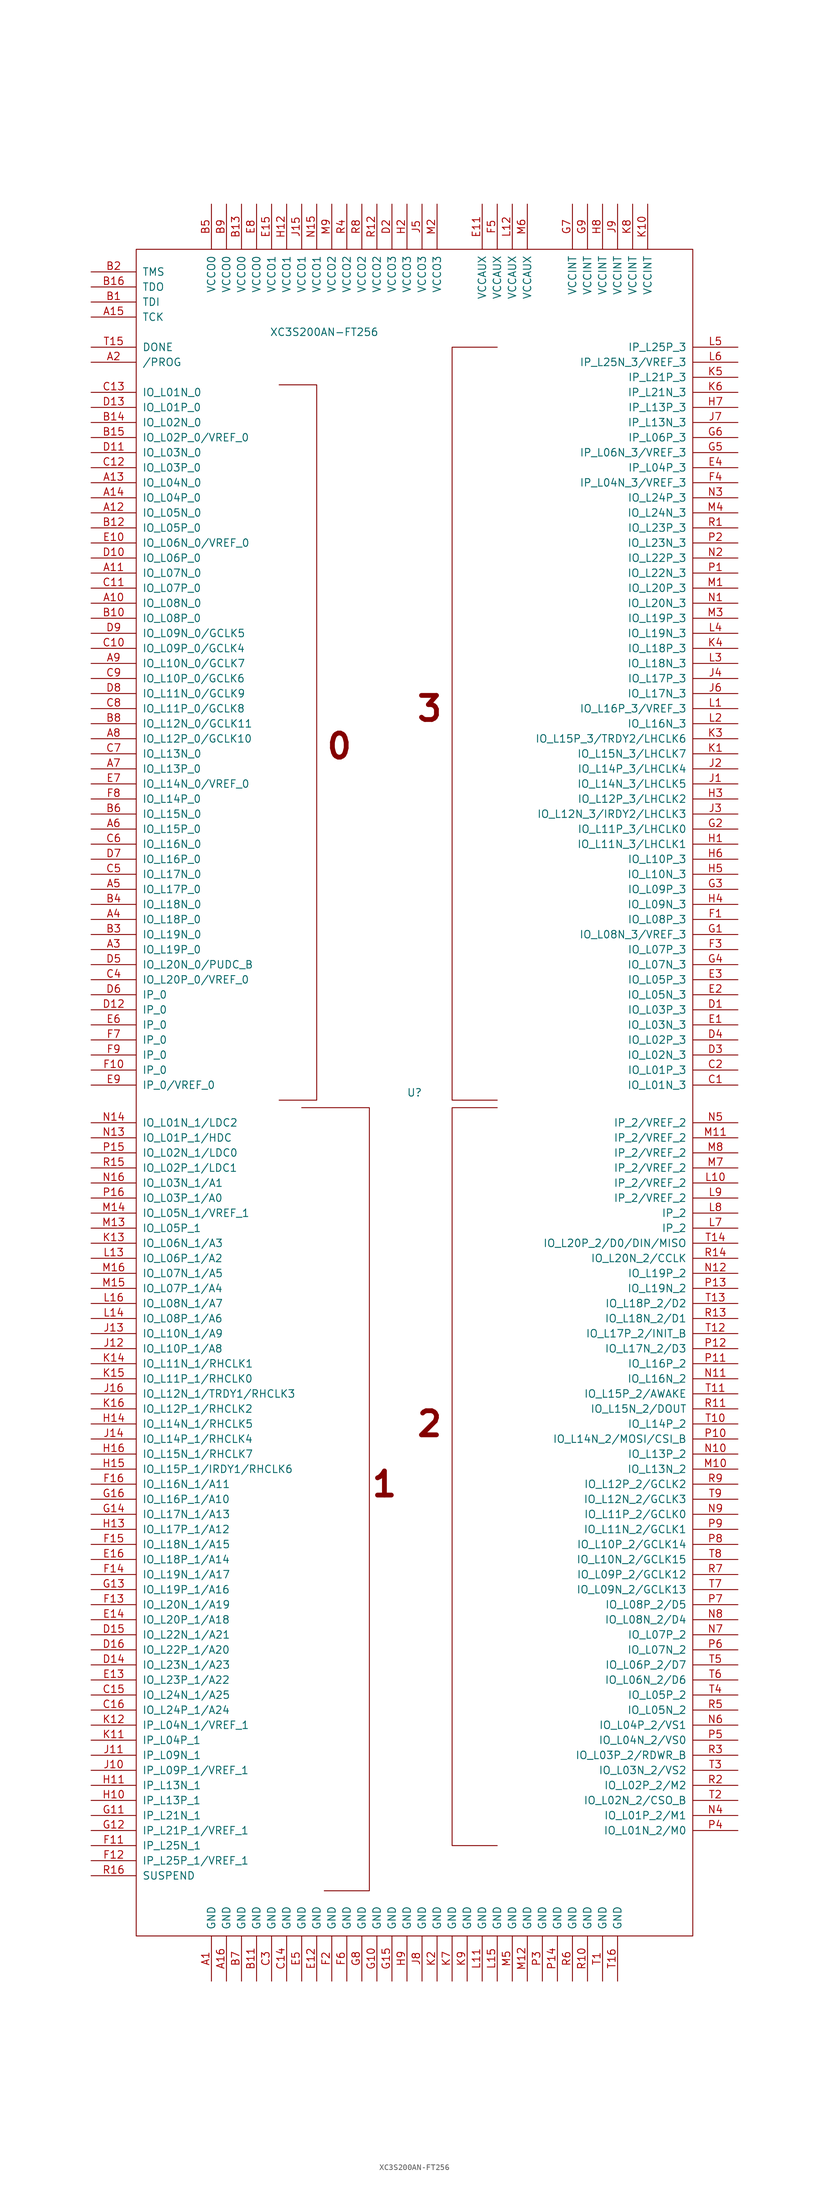
<source format=kicad_sym>
(kicad_symbol_lib
  (version 20201005)
  (generator kicad_symbol_editor)
  (symbol "XC3S200AN-FT256"
    (pin_names
      (offset 1.016))
    (property "Reference" "U"
      (at 0 0 0)
      (effects (font (size 1.27 1.27))))
    (property "Value" "XC3S200AN-FT256"
      (at -15.24 128.27 0)
      (effects (font (size 1.27 1.27))))
    (symbol "XC3S200AN-FT256_0_0"
      (text "0" (at -12.7 58.42 0) (effects (font (size 4.064 4.064) bold)))
      (text "1" (at -5.08 -66.04 0) (effects (font (size 4.064 4.064) bold)))
      (text "2" (at 2.54 -55.88 0) (effects (font (size 4.064 4.064) bold)))
      (text "3" (at 2.54 64.77 0) (effects (font (size 4.064 4.064) bold))))
    (symbol "XC3S200AN-FT256_0_1"
      (rectangle (start -46.99 142.24) (end 46.99 -142.24) (stroke (width 0)) (fill (type none)))
      (polyline (pts (xy -22.86 119.38) (xy -16.51 119.38) (xy -16.51 -1.27) (xy -22.86 -1.27) (xy -22.86 -1.27)) (stroke (width 0)) (fill (type none)))
      (polyline (pts (xy -19.05 -2.54) (xy -7.62 -2.54) (xy -7.62 -134.62) (xy -15.24 -134.62) (xy -15.24 -134.62)) (stroke (width 0)) (fill (type none)))
      (polyline (pts (xy 13.97 -2.54) (xy 6.35 -2.54) (xy 6.35 -127) (xy 13.97 -127) (xy 13.97 -127)) (stroke (width 0)) (fill (type none)))
      (polyline (pts (xy 13.97 125.73) (xy 6.35 125.73) (xy 6.35 -1.27) (xy 13.97 -1.27) (xy 13.97 -1.27)) (stroke (width 0)) (fill (type none))))
    (symbol "XC3S200AN-FT256_1_1"
      (pin power_in line (at -34.29 -149.86 90) (length 7.62) (name "GND" (effects (font (size 1.27 1.27)))) (number "A1" (effects (font (size 1.27 1.27)))))
      (pin bidirectional line (at -54.61 82.55 0) (length 7.62) (name "IO_L08N_0" (effects (font (size 1.27 1.27)))) (number "A10" (effects (font (size 1.27 1.27)))))
      (pin bidirectional line (at -54.61 87.63 0) (length 7.62) (name "IO_L07N_0" (effects (font (size 1.27 1.27)))) (number "A11" (effects (font (size 1.27 1.27)))))
      (pin bidirectional line (at -54.61 97.79 0) (length 7.62) (name "IO_L05N_0" (effects (font (size 1.27 1.27)))) (number "A12" (effects (font (size 1.27 1.27)))))
      (pin bidirectional line (at -54.61 102.87 0) (length 7.62) (name "IO_L04N_0" (effects (font (size 1.27 1.27)))) (number "A13" (effects (font (size 1.27 1.27)))))
      (pin bidirectional line (at -54.61 100.33 0) (length 7.62) (name "IO_L04P_0" (effects (font (size 1.27 1.27)))) (number "A14" (effects (font (size 1.27 1.27)))))
      (pin input line (at -54.61 130.81 0) (length 7.62) (name "TCK" (effects (font (size 1.27 1.27)))) (number "A15" (effects (font (size 1.27 1.27)))))
      (pin power_in line (at -31.75 -149.86 90) (length 7.62) (name "GND" (effects (font (size 1.27 1.27)))) (number "A16" (effects (font (size 1.27 1.27)))))
      (pin bidirectional line (at -54.61 123.19 0) (length 7.62) (name "/PROG" (effects (font (size 1.27 1.27)))) (number "A2" (effects (font (size 1.27 1.27)))))
      (pin bidirectional line (at -54.61 24.13 0) (length 7.62) (name "IO_L19P_0" (effects (font (size 1.27 1.27)))) (number "A3" (effects (font (size 1.27 1.27)))))
      (pin bidirectional line (at -54.61 29.21 0) (length 7.62) (name "IO_L18P_0" (effects (font (size 1.27 1.27)))) (number "A4" (effects (font (size 1.27 1.27)))))
      (pin bidirectional line (at -54.61 34.29 0) (length 7.62) (name "IO_L17P_0" (effects (font (size 1.27 1.27)))) (number "A5" (effects (font (size 1.27 1.27)))))
      (pin bidirectional line (at -54.61 44.45 0) (length 7.62) (name "IO_L15P_0" (effects (font (size 1.27 1.27)))) (number "A6" (effects (font (size 1.27 1.27)))))
      (pin bidirectional line (at -54.61 54.61 0) (length 7.62) (name "IO_L13P_0" (effects (font (size 1.27 1.27)))) (number "A7" (effects (font (size 1.27 1.27)))))
      (pin bidirectional line (at -54.61 59.69 0) (length 7.62) (name "IO_L12P_0/GCLK10" (effects (font (size 1.27 1.27)))) (number "A8" (effects (font (size 1.27 1.27)))))
      (pin bidirectional line (at -54.61 72.39 0) (length 7.62) (name "IO_L10N_0/GCLK7" (effects (font (size 1.27 1.27)))) (number "A9" (effects (font (size 1.27 1.27)))))
      (pin input line (at -54.61 133.35 0) (length 7.62) (name "TDI" (effects (font (size 1.27 1.27)))) (number "B1" (effects (font (size 1.27 1.27)))))
      (pin bidirectional line (at -54.61 80.01 0) (length 7.62) (name "IO_L08P_0" (effects (font (size 1.27 1.27)))) (number "B10" (effects (font (size 1.27 1.27)))))
      (pin power_in line (at -26.67 -149.86 90) (length 7.62) (name "GND" (effects (font (size 1.27 1.27)))) (number "B11" (effects (font (size 1.27 1.27)))))
      (pin bidirectional line (at -54.61 95.25 0) (length 7.62) (name "IO_L05P_0" (effects (font (size 1.27 1.27)))) (number "B12" (effects (font (size 1.27 1.27)))))
      (pin power_in line (at -29.21 149.86 270) (length 7.62) (name "VCCO0" (effects (font (size 1.27 1.27)))) (number "B13" (effects (font (size 1.27 1.27)))))
      (pin bidirectional line (at -54.61 113.03 0) (length 7.62) (name "IO_L02N_0" (effects (font (size 1.27 1.27)))) (number "B14" (effects (font (size 1.27 1.27)))))
      (pin bidirectional line (at -54.61 110.49 0) (length 7.62) (name "IO_L02P_0/VREF_0" (effects (font (size 1.27 1.27)))) (number "B15" (effects (font (size 1.27 1.27)))))
      (pin output line (at -54.61 135.89 0) (length 7.62) (name "TDO" (effects (font (size 1.27 1.27)))) (number "B16" (effects (font (size 1.27 1.27)))))
      (pin input line (at -54.61 138.43 0) (length 7.62) (name "TMS" (effects (font (size 1.27 1.27)))) (number "B2" (effects (font (size 1.27 1.27)))))
      (pin bidirectional line (at -54.61 26.67 0) (length 7.62) (name "IO_L19N_0" (effects (font (size 1.27 1.27)))) (number "B3" (effects (font (size 1.27 1.27)))))
      (pin bidirectional line (at -54.61 31.75 0) (length 7.62) (name "IO_L18N_0" (effects (font (size 1.27 1.27)))) (number "B4" (effects (font (size 1.27 1.27)))))
      (pin power_in line (at -34.29 149.86 270) (length 7.62) (name "VCCO0" (effects (font (size 1.27 1.27)))) (number "B5" (effects (font (size 1.27 1.27)))))
      (pin bidirectional line (at -54.61 46.99 0) (length 7.62) (name "IO_L15N_0" (effects (font (size 1.27 1.27)))) (number "B6" (effects (font (size 1.27 1.27)))))
      (pin power_in line (at -29.21 -149.86 90) (length 7.62) (name "GND" (effects (font (size 1.27 1.27)))) (number "B7" (effects (font (size 1.27 1.27)))))
      (pin bidirectional line (at -54.61 62.23 0) (length 7.62) (name "IO_L12N_0/GCLK11" (effects (font (size 1.27 1.27)))) (number "B8" (effects (font (size 1.27 1.27)))))
      (pin power_in line (at -31.75 149.86 270) (length 7.62) (name "VCCO0" (effects (font (size 1.27 1.27)))) (number "B9" (effects (font (size 1.27 1.27)))))
      (pin bidirectional line (at 54.61 1.27 180) (length 7.62) (name "IO_L01N_3" (effects (font (size 1.27 1.27)))) (number "C1" (effects (font (size 1.27 1.27)))))
      (pin bidirectional line (at -54.61 74.93 0) (length 7.62) (name "IO_L09P_0/GCLK4" (effects (font (size 1.27 1.27)))) (number "C10" (effects (font (size 1.27 1.27)))))
      (pin bidirectional line (at -54.61 85.09 0) (length 7.62) (name "IO_L07P_0" (effects (font (size 1.27 1.27)))) (number "C11" (effects (font (size 1.27 1.27)))))
      (pin bidirectional line (at -54.61 105.41 0) (length 7.62) (name "IO_L03P_0" (effects (font (size 1.27 1.27)))) (number "C12" (effects (font (size 1.27 1.27)))))
      (pin bidirectional line (at -54.61 118.11 0) (length 7.62) (name "IO_L01N_0" (effects (font (size 1.27 1.27)))) (number "C13" (effects (font (size 1.27 1.27)))))
      (pin power_in line (at -21.59 -149.86 90) (length 7.62) (name "GND" (effects (font (size 1.27 1.27)))) (number "C14" (effects (font (size 1.27 1.27)))))
      (pin bidirectional line (at -54.61 -101.6 0) (length 7.62) (name "IO_L24N_1/A25" (effects (font (size 1.27 1.27)))) (number "C15" (effects (font (size 1.27 1.27)))))
      (pin bidirectional line (at -54.61 -104.14 0) (length 7.62) (name "IO_L24P_1/A24" (effects (font (size 1.27 1.27)))) (number "C16" (effects (font (size 1.27 1.27)))))
      (pin bidirectional line (at 54.61 3.81 180) (length 7.62) (name "IO_L01P_3" (effects (font (size 1.27 1.27)))) (number "C2" (effects (font (size 1.27 1.27)))))
      (pin power_in line (at -24.13 -149.86 90) (length 7.62) (name "GND" (effects (font (size 1.27 1.27)))) (number "C3" (effects (font (size 1.27 1.27)))))
      (pin bidirectional line (at -54.61 19.05 0) (length 7.62) (name "IO_L20P_0/VREF_0" (effects (font (size 1.27 1.27)))) (number "C4" (effects (font (size 1.27 1.27)))))
      (pin bidirectional line (at -54.61 36.83 0) (length 7.62) (name "IO_L17N_0" (effects (font (size 1.27 1.27)))) (number "C5" (effects (font (size 1.27 1.27)))))
      (pin bidirectional line (at -54.61 41.91 0) (length 7.62) (name "IO_L16N_0" (effects (font (size 1.27 1.27)))) (number "C6" (effects (font (size 1.27 1.27)))))
      (pin bidirectional line (at -54.61 57.15 0) (length 7.62) (name "IO_L13N_0" (effects (font (size 1.27 1.27)))) (number "C7" (effects (font (size 1.27 1.27)))))
      (pin bidirectional line (at -54.61 64.77 0) (length 7.62) (name "IO_L11P_0/GCLK8" (effects (font (size 1.27 1.27)))) (number "C8" (effects (font (size 1.27 1.27)))))
      (pin bidirectional line (at -54.61 69.85 0) (length 7.62) (name "IO_L10P_0/GCLK6" (effects (font (size 1.27 1.27)))) (number "C9" (effects (font (size 1.27 1.27)))))
      (pin bidirectional line (at 54.61 13.97 180) (length 7.62) (name "IO_L03P_3" (effects (font (size 1.27 1.27)))) (number "D1" (effects (font (size 1.27 1.27)))))
      (pin bidirectional line (at -54.61 90.17 0) (length 7.62) (name "IO_L06P_0" (effects (font (size 1.27 1.27)))) (number "D10" (effects (font (size 1.27 1.27)))))
      (pin bidirectional line (at -54.61 107.95 0) (length 7.62) (name "IO_L03N_0" (effects (font (size 1.27 1.27)))) (number "D11" (effects (font (size 1.27 1.27)))))
      (pin input line (at -54.61 13.97 0) (length 7.62) (name "IP_0" (effects (font (size 1.27 1.27)))) (number "D12" (effects (font (size 1.27 1.27)))))
      (pin bidirectional line (at -54.61 115.57 0) (length 7.62) (name "IO_L01P_0" (effects (font (size 1.27 1.27)))) (number "D13" (effects (font (size 1.27 1.27)))))
      (pin bidirectional line (at -54.61 -96.52 0) (length 7.62) (name "IO_L23N_1/A23" (effects (font (size 1.27 1.27)))) (number "D14" (effects (font (size 1.27 1.27)))))
      (pin bidirectional line (at -54.61 -91.44 0) (length 7.62) (name "IO_L22N_1/A21" (effects (font (size 1.27 1.27)))) (number "D15" (effects (font (size 1.27 1.27)))))
      (pin bidirectional line (at -54.61 -93.98 0) (length 7.62) (name "IO_L22P_1/A20" (effects (font (size 1.27 1.27)))) (number "D16" (effects (font (size 1.27 1.27)))))
      (pin passive line (at -3.81 149.86 270) (length 7.62) (name "VCCO3" (effects (font (size 1.27 1.27)))) (number "D2" (effects (font (size 1.27 1.27)))))
      (pin bidirectional line (at 54.61 6.35 180) (length 7.62) (name "IO_L02N_3" (effects (font (size 1.27 1.27)))) (number "D3" (effects (font (size 1.27 1.27)))))
      (pin bidirectional line (at 54.61 8.89 180) (length 7.62) (name "IO_L02P_3" (effects (font (size 1.27 1.27)))) (number "D4" (effects (font (size 1.27 1.27)))))
      (pin bidirectional line (at -54.61 21.59 0) (length 7.62) (name "IO_L20N_0/PUDC_B" (effects (font (size 1.27 1.27)))) (number "D5" (effects (font (size 1.27 1.27)))))
      (pin input line (at -54.61 16.51 0) (length 7.62) (name "IP_0" (effects (font (size 1.27 1.27)))) (number "D6" (effects (font (size 1.27 1.27)))))
      (pin bidirectional line (at -54.61 39.37 0) (length 7.62) (name "IO_L16P_0" (effects (font (size 1.27 1.27)))) (number "D7" (effects (font (size 1.27 1.27)))))
      (pin bidirectional line (at -54.61 67.31 0) (length 7.62) (name "IO_L11N_0/GCLK9" (effects (font (size 1.27 1.27)))) (number "D8" (effects (font (size 1.27 1.27)))))
      (pin bidirectional line (at -54.61 77.47 0) (length 7.62) (name "IO_L09N_0/GCLK5" (effects (font (size 1.27 1.27)))) (number "D9" (effects (font (size 1.27 1.27)))))
      (pin bidirectional line (at 54.61 11.43 180) (length 7.62) (name "IO_L03N_3" (effects (font (size 1.27 1.27)))) (number "E1" (effects (font (size 1.27 1.27)))))
      (pin bidirectional line (at -54.61 92.71 0) (length 7.62) (name "IO_L06N_0/VREF_0" (effects (font (size 1.27 1.27)))) (number "E10" (effects (font (size 1.27 1.27)))))
      (pin power_in line (at 11.43 149.86 270) (length 7.62) (name "VCCAUX" (effects (font (size 1.27 1.27)))) (number "E11" (effects (font (size 1.27 1.27)))))
      (pin power_in line (at -16.51 -149.86 90) (length 7.62) (name "GND" (effects (font (size 1.27 1.27)))) (number "E12" (effects (font (size 1.27 1.27)))))
      (pin bidirectional line (at -54.61 -99.06 0) (length 7.62) (name "IO_L23P_1/A22" (effects (font (size 1.27 1.27)))) (number "E13" (effects (font (size 1.27 1.27)))))
      (pin bidirectional line (at -54.61 -88.9 0) (length 7.62) (name "IO_L20P_1/A18" (effects (font (size 1.27 1.27)))) (number "E14" (effects (font (size 1.27 1.27)))))
      (pin power_in line (at -24.13 149.86 270) (length 7.62) (name "VCCO1" (effects (font (size 1.27 1.27)))) (number "E15" (effects (font (size 1.27 1.27)))))
      (pin bidirectional line (at -54.61 -78.74 0) (length 7.62) (name "IO_L18P_1/A14" (effects (font (size 1.27 1.27)))) (number "E16" (effects (font (size 1.27 1.27)))))
      (pin bidirectional line (at 54.61 16.51 180) (length 7.62) (name "IO_L05N_3" (effects (font (size 1.27 1.27)))) (number "E2" (effects (font (size 1.27 1.27)))))
      (pin bidirectional line (at 54.61 19.05 180) (length 7.62) (name "IO_L05P_3" (effects (font (size 1.27 1.27)))) (number "E3" (effects (font (size 1.27 1.27)))))
      (pin input line (at 54.61 105.41 180) (length 7.62) (name "IP_L04P_3" (effects (font (size 1.27 1.27)))) (number "E4" (effects (font (size 1.27 1.27)))))
      (pin power_in line (at -19.05 -149.86 90) (length 7.62) (name "GND" (effects (font (size 1.27 1.27)))) (number "E5" (effects (font (size 1.27 1.27)))))
      (pin input line (at -54.61 11.43 0) (length 7.62) (name "IP_0" (effects (font (size 1.27 1.27)))) (number "E6" (effects (font (size 1.27 1.27)))))
      (pin bidirectional line (at -54.61 52.07 0) (length 7.62) (name "IO_L14N_0/VREF_0" (effects (font (size 1.27 1.27)))) (number "E7" (effects (font (size 1.27 1.27)))))
      (pin power_in line (at -26.67 149.86 270) (length 7.62) (name "VCCO0" (effects (font (size 1.27 1.27)))) (number "E8" (effects (font (size 1.27 1.27)))))
      (pin input line (at -54.61 1.27 0) (length 7.62) (name "IP_0/VREF_0" (effects (font (size 1.27 1.27)))) (number "E9" (effects (font (size 1.27 1.27)))))
      (pin bidirectional line (at 54.61 29.21 180) (length 7.62) (name "IO_L08P_3" (effects (font (size 1.27 1.27)))) (number "F1" (effects (font (size 1.27 1.27)))))
      (pin input line (at -54.61 3.81 0) (length 7.62) (name "IP_0" (effects (font (size 1.27 1.27)))) (number "F10" (effects (font (size 1.27 1.27)))))
      (pin input line (at -54.61 -127 0) (length 7.62) (name "IP_L25N_1" (effects (font (size 1.27 1.27)))) (number "F11" (effects (font (size 1.27 1.27)))))
      (pin input line (at -54.61 -129.54 0) (length 7.62) (name "IP_L25P_1/VREF_1" (effects (font (size 1.27 1.27)))) (number "F12" (effects (font (size 1.27 1.27)))))
      (pin bidirectional line (at -54.61 -86.36 0) (length 7.62) (name "IO_L20N_1/A19" (effects (font (size 1.27 1.27)))) (number "F13" (effects (font (size 1.27 1.27)))))
      (pin bidirectional line (at -54.61 -81.28 0) (length 7.62) (name "IO_L19N_1/A17" (effects (font (size 1.27 1.27)))) (number "F14" (effects (font (size 1.27 1.27)))))
      (pin bidirectional line (at -54.61 -76.2 0) (length 7.62) (name "IO_L18N_1/A15" (effects (font (size 1.27 1.27)))) (number "F15" (effects (font (size 1.27 1.27)))))
      (pin bidirectional line (at -54.61 -66.04 0) (length 7.62) (name "IO_L16N_1/A11" (effects (font (size 1.27 1.27)))) (number "F16" (effects (font (size 1.27 1.27)))))
      (pin power_in line (at -13.97 -149.86 90) (length 7.62) (name "GND" (effects (font (size 1.27 1.27)))) (number "F2" (effects (font (size 1.27 1.27)))))
      (pin bidirectional line (at 54.61 24.13 180) (length 7.62) (name "IO_L07P_3" (effects (font (size 1.27 1.27)))) (number "F3" (effects (font (size 1.27 1.27)))))
      (pin input line (at 54.61 102.87 180) (length 7.62) (name "IP_L04N_3/VREF_3" (effects (font (size 1.27 1.27)))) (number "F4" (effects (font (size 1.27 1.27)))))
      (pin power_in line (at 13.97 149.86 270) (length 7.62) (name "VCCAUX" (effects (font (size 1.27 1.27)))) (number "F5" (effects (font (size 1.27 1.27)))))
      (pin power_in line (at -11.43 -149.86 90) (length 7.62) (name "GND" (effects (font (size 1.27 1.27)))) (number "F6" (effects (font (size 1.27 1.27)))))
      (pin input line (at -54.61 8.89 0) (length 7.62) (name "IP_0" (effects (font (size 1.27 1.27)))) (number "F7" (effects (font (size 1.27 1.27)))))
      (pin bidirectional line (at -54.61 49.53 0) (length 7.62) (name "IO_L14P_0" (effects (font (size 1.27 1.27)))) (number "F8" (effects (font (size 1.27 1.27)))))
      (pin input line (at -54.61 6.35 0) (length 7.62) (name "IP_0" (effects (font (size 1.27 1.27)))) (number "F9" (effects (font (size 1.27 1.27)))))
      (pin bidirectional line (at 54.61 26.67 180) (length 7.62) (name "IO_L08N_3/VREF_3" (effects (font (size 1.27 1.27)))) (number "G1" (effects (font (size 1.27 1.27)))))
      (pin power_in line (at -6.35 -149.86 90) (length 7.62) (name "GND" (effects (font (size 1.27 1.27)))) (number "G10" (effects (font (size 1.27 1.27)))))
      (pin input line (at -54.61 -121.92 0) (length 7.62) (name "IP_L21N_1" (effects (font (size 1.27 1.27)))) (number "G11" (effects (font (size 1.27 1.27)))))
      (pin input line (at -54.61 -124.46 0) (length 7.62) (name "IP_L21P_1/VREF_1" (effects (font (size 1.27 1.27)))) (number "G12" (effects (font (size 1.27 1.27)))))
      (pin bidirectional line (at -54.61 -83.82 0) (length 7.62) (name "IO_L19P_1/A16" (effects (font (size 1.27 1.27)))) (number "G13" (effects (font (size 1.27 1.27)))))
      (pin bidirectional line (at -54.61 -71.12 0) (length 7.62) (name "IO_L17N_1/A13" (effects (font (size 1.27 1.27)))) (number "G14" (effects (font (size 1.27 1.27)))))
      (pin power_in line (at -3.81 -149.86 90) (length 7.62) (name "GND" (effects (font (size 1.27 1.27)))) (number "G15" (effects (font (size 1.27 1.27)))))
      (pin bidirectional line (at -54.61 -68.58 0) (length 7.62) (name "IO_L16P_1/A10" (effects (font (size 1.27 1.27)))) (number "G16" (effects (font (size 1.27 1.27)))))
      (pin bidirectional line (at 54.61 44.45 180) (length 7.62) (name "IO_L11P_3/LHCLK0" (effects (font (size 1.27 1.27)))) (number "G2" (effects (font (size 1.27 1.27)))))
      (pin bidirectional line (at 54.61 34.29 180) (length 7.62) (name "IO_L09P_3" (effects (font (size 1.27 1.27)))) (number "G3" (effects (font (size 1.27 1.27)))))
      (pin bidirectional line (at 54.61 21.59 180) (length 7.62) (name "IO_L07N_3" (effects (font (size 1.27 1.27)))) (number "G4" (effects (font (size 1.27 1.27)))))
      (pin input line (at 54.61 107.95 180) (length 7.62) (name "IP_L06N_3/VREF_3" (effects (font (size 1.27 1.27)))) (number "G5" (effects (font (size 1.27 1.27)))))
      (pin input line (at 54.61 110.49 180) (length 7.62) (name "IP_L06P_3" (effects (font (size 1.27 1.27)))) (number "G6" (effects (font (size 1.27 1.27)))))
      (pin power_in line (at 26.67 149.86 270) (length 7.62) (name "VCCINT" (effects (font (size 1.27 1.27)))) (number "G7" (effects (font (size 1.27 1.27)))))
      (pin power_in line (at -8.89 -149.86 90) (length 7.62) (name "GND" (effects (font (size 1.27 1.27)))) (number "G8" (effects (font (size 1.27 1.27)))))
      (pin power_in line (at 29.21 149.86 270) (length 7.62) (name "VCCINT" (effects (font (size 1.27 1.27)))) (number "G9" (effects (font (size 1.27 1.27)))))
      (pin bidirectional line (at 54.61 41.91 180) (length 7.62) (name "IO_L11N_3/LHCLK1" (effects (font (size 1.27 1.27)))) (number "H1" (effects (font (size 1.27 1.27)))))
      (pin input line (at -54.61 -119.38 0) (length 7.62) (name "IP_L13P_1" (effects (font (size 1.27 1.27)))) (number "H10" (effects (font (size 1.27 1.27)))))
      (pin input line (at -54.61 -116.84 0) (length 7.62) (name "IP_L13N_1" (effects (font (size 1.27 1.27)))) (number "H11" (effects (font (size 1.27 1.27)))))
      (pin power_in line (at -21.59 149.86 270) (length 7.62) (name "VCCO1" (effects (font (size 1.27 1.27)))) (number "H12" (effects (font (size 1.27 1.27)))))
      (pin bidirectional line (at -54.61 -73.66 0) (length 7.62) (name "IO_L17P_1/A12" (effects (font (size 1.27 1.27)))) (number "H13" (effects (font (size 1.27 1.27)))))
      (pin bidirectional line (at -54.61 -55.88 0) (length 7.62) (name "IO_L14N_1/RHCLK5" (effects (font (size 1.27 1.27)))) (number "H14" (effects (font (size 1.27 1.27)))))
      (pin bidirectional line (at -54.61 -63.5 0) (length 7.62) (name "IO_L15P_1/IRDY1/RHCLK6" (effects (font (size 1.27 1.27)))) (number "H15" (effects (font (size 1.27 1.27)))))
      (pin bidirectional line (at -54.61 -60.96 0) (length 7.62) (name "IO_L15N_1/RHCLK7" (effects (font (size 1.27 1.27)))) (number "H16" (effects (font (size 1.27 1.27)))))
      (pin power_in line (at -1.27 149.86 270) (length 7.62) (name "VCCO3" (effects (font (size 1.27 1.27)))) (number "H2" (effects (font (size 1.27 1.27)))))
      (pin bidirectional line (at 54.61 49.53 180) (length 7.62) (name "IO_L12P_3/LHCLK2" (effects (font (size 1.27 1.27)))) (number "H3" (effects (font (size 1.27 1.27)))))
      (pin bidirectional line (at 54.61 31.75 180) (length 7.62) (name "IO_L09N_3" (effects (font (size 1.27 1.27)))) (number "H4" (effects (font (size 1.27 1.27)))))
      (pin bidirectional line (at 54.61 36.83 180) (length 7.62) (name "IO_L10N_3" (effects (font (size 1.27 1.27)))) (number "H5" (effects (font (size 1.27 1.27)))))
      (pin bidirectional line (at 54.61 39.37 180) (length 7.62) (name "IO_L10P_3" (effects (font (size 1.27 1.27)))) (number "H6" (effects (font (size 1.27 1.27)))))
      (pin input line (at 54.61 115.57 180) (length 7.62) (name "IP_L13P_3" (effects (font (size 1.27 1.27)))) (number "H7" (effects (font (size 1.27 1.27)))))
      (pin power_in line (at 31.75 149.86 270) (length 7.62) (name "VCCINT" (effects (font (size 1.27 1.27)))) (number "H8" (effects (font (size 1.27 1.27)))))
      (pin power_in line (at -1.27 -149.86 90) (length 7.62) (name "GND" (effects (font (size 1.27 1.27)))) (number "H9" (effects (font (size 1.27 1.27)))))
      (pin bidirectional line (at 54.61 52.07 180) (length 7.62) (name "IO_L14N_3/LHCLK5" (effects (font (size 1.27 1.27)))) (number "J1" (effects (font (size 1.27 1.27)))))
      (pin input line (at -54.61 -114.3 0) (length 7.62) (name "IP_L09P_1/VREF_1" (effects (font (size 1.27 1.27)))) (number "J10" (effects (font (size 1.27 1.27)))))
      (pin input line (at -54.61 -111.76 0) (length 7.62) (name "IP_L09N_1" (effects (font (size 1.27 1.27)))) (number "J11" (effects (font (size 1.27 1.27)))))
      (pin bidirectional line (at -54.61 -43.18 0) (length 7.62) (name "IO_L10P_1/A8" (effects (font (size 1.27 1.27)))) (number "J12" (effects (font (size 1.27 1.27)))))
      (pin bidirectional line (at -54.61 -40.64 0) (length 7.62) (name "IO_L10N_1/A9" (effects (font (size 1.27 1.27)))) (number "J13" (effects (font (size 1.27 1.27)))))
      (pin bidirectional line (at -54.61 -58.42 0) (length 7.62) (name "IO_L14P_1/RHCLK4" (effects (font (size 1.27 1.27)))) (number "J14" (effects (font (size 1.27 1.27)))))
      (pin power_in line (at -19.05 149.86 270) (length 7.62) (name "VCCO1" (effects (font (size 1.27 1.27)))) (number "J15" (effects (font (size 1.27 1.27)))))
      (pin bidirectional line (at -54.61 -50.8 0) (length 7.62) (name "IO_L12N_1/TRDY1/RHCLK3" (effects (font (size 1.27 1.27)))) (number "J16" (effects (font (size 1.27 1.27)))))
      (pin bidirectional line (at 54.61 54.61 180) (length 7.62) (name "IO_L14P_3/LHCLK4" (effects (font (size 1.27 1.27)))) (number "J2" (effects (font (size 1.27 1.27)))))
      (pin bidirectional line (at 54.61 46.99 180) (length 7.62) (name "IO_L12N_3/IRDY2/LHCLK3" (effects (font (size 1.27 1.27)))) (number "J3" (effects (font (size 1.27 1.27)))))
      (pin bidirectional line (at 54.61 69.85 180) (length 7.62) (name "IO_L17P_3" (effects (font (size 1.27 1.27)))) (number "J4" (effects (font (size 1.27 1.27)))))
      (pin power_in line (at 1.27 149.86 270) (length 7.62) (name "VCCO3" (effects (font (size 1.27 1.27)))) (number "J5" (effects (font (size 1.27 1.27)))))
      (pin bidirectional line (at 54.61 67.31 180) (length 7.62) (name "IO_L17N_3" (effects (font (size 1.27 1.27)))) (number "J6" (effects (font (size 1.27 1.27)))))
      (pin input line (at 54.61 113.03 180) (length 7.62) (name "IP_L13N_3" (effects (font (size 1.27 1.27)))) (number "J7" (effects (font (size 1.27 1.27)))))
      (pin power_in line (at 1.27 -149.86 90) (length 7.62) (name "GND" (effects (font (size 1.27 1.27)))) (number "J8" (effects (font (size 1.27 1.27)))))
      (pin power_in line (at 34.29 149.86 270) (length 7.62) (name "VCCINT" (effects (font (size 1.27 1.27)))) (number "J9" (effects (font (size 1.27 1.27)))))
      (pin bidirectional line (at 54.61 57.15 180) (length 7.62) (name "IO_L15N_3/LHCLK7" (effects (font (size 1.27 1.27)))) (number "K1" (effects (font (size 1.27 1.27)))))
      (pin power_in line (at 39.37 149.86 270) (length 7.62) (name "VCCINT" (effects (font (size 1.27 1.27)))) (number "K10" (effects (font (size 1.27 1.27)))))
      (pin input line (at -54.61 -109.22 0) (length 7.62) (name "IP_L04P_1" (effects (font (size 1.27 1.27)))) (number "K11" (effects (font (size 1.27 1.27)))))
      (pin input line (at -54.61 -106.68 0) (length 7.62) (name "IP_L04N_1/VREF_1" (effects (font (size 1.27 1.27)))) (number "K12" (effects (font (size 1.27 1.27)))))
      (pin bidirectional line (at -54.61 -25.4 0) (length 7.62) (name "IO_L06N_1/A3" (effects (font (size 1.27 1.27)))) (number "K13" (effects (font (size 1.27 1.27)))))
      (pin bidirectional line (at -54.61 -45.72 0) (length 7.62) (name "IO_L11N_1/RHCLK1" (effects (font (size 1.27 1.27)))) (number "K14" (effects (font (size 1.27 1.27)))))
      (pin bidirectional line (at -54.61 -48.26 0) (length 7.62) (name "IO_L11P_1/RHCLK0" (effects (font (size 1.27 1.27)))) (number "K15" (effects (font (size 1.27 1.27)))))
      (pin bidirectional line (at -54.61 -53.34 0) (length 7.62) (name "IO_L12P_1/RHCLK2" (effects (font (size 1.27 1.27)))) (number "K16" (effects (font (size 1.27 1.27)))))
      (pin power_in line (at 3.81 -149.86 90) (length 7.62) (name "GND" (effects (font (size 1.27 1.27)))) (number "K2" (effects (font (size 1.27 1.27)))))
      (pin bidirectional line (at 54.61 59.69 180) (length 7.62) (name "IO_L15P_3/TRDY2/LHCLK6" (effects (font (size 1.27 1.27)))) (number "K3" (effects (font (size 1.27 1.27)))))
      (pin bidirectional line (at 54.61 74.93 180) (length 7.62) (name "IO_L18P_3" (effects (font (size 1.27 1.27)))) (number "K4" (effects (font (size 1.27 1.27)))))
      (pin input line (at 54.61 120.65 180) (length 7.62) (name "IP_L21P_3" (effects (font (size 1.27 1.27)))) (number "K5" (effects (font (size 1.27 1.27)))))
      (pin input line (at 54.61 118.11 180) (length 7.62) (name "IP_L21N_3" (effects (font (size 1.27 1.27)))) (number "K6" (effects (font (size 1.27 1.27)))))
      (pin power_in line (at 6.35 -149.86 90) (length 7.62) (name "GND" (effects (font (size 1.27 1.27)))) (number "K7" (effects (font (size 1.27 1.27)))))
      (pin power_in line (at 36.83 149.86 270) (length 7.62) (name "VCCINT" (effects (font (size 1.27 1.27)))) (number "K8" (effects (font (size 1.27 1.27)))))
      (pin power_in line (at 8.89 -149.86 90) (length 7.62) (name "GND" (effects (font (size 1.27 1.27)))) (number "K9" (effects (font (size 1.27 1.27)))))
      (pin bidirectional line (at 54.61 64.77 180) (length 7.62) (name "IO_L16P_3/VREF_3" (effects (font (size 1.27 1.27)))) (number "L1" (effects (font (size 1.27 1.27)))))
      (pin input line (at 54.61 -15.24 180) (length 7.62) (name "IP_2/VREF_2" (effects (font (size 1.27 1.27)))) (number "L10" (effects (font (size 1.27 1.27)))))
      (pin power_in line (at 11.43 -149.86 90) (length 7.62) (name "GND" (effects (font (size 1.27 1.27)))) (number "L11" (effects (font (size 1.27 1.27)))))
      (pin power_in line (at 16.51 149.86 270) (length 7.62) (name "VCCAUX" (effects (font (size 1.27 1.27)))) (number "L12" (effects (font (size 1.27 1.27)))))
      (pin bidirectional line (at -54.61 -27.94 0) (length 7.62) (name "IO_L06P_1/A2" (effects (font (size 1.27 1.27)))) (number "L13" (effects (font (size 1.27 1.27)))))
      (pin bidirectional line (at -54.61 -38.1 0) (length 7.62) (name "IO_L08P_1/A6" (effects (font (size 1.27 1.27)))) (number "L14" (effects (font (size 1.27 1.27)))))
      (pin power_in line (at 13.97 -149.86 90) (length 7.62) (name "GND" (effects (font (size 1.27 1.27)))) (number "L15" (effects (font (size 1.27 1.27)))))
      (pin bidirectional line (at -54.61 -35.56 0) (length 7.62) (name "IO_L08N_1/A7" (effects (font (size 1.27 1.27)))) (number "L16" (effects (font (size 1.27 1.27)))))
      (pin bidirectional line (at 54.61 62.23 180) (length 7.62) (name "IO_L16N_3" (effects (font (size 1.27 1.27)))) (number "L2" (effects (font (size 1.27 1.27)))))
      (pin bidirectional line (at 54.61 72.39 180) (length 7.62) (name "IO_L18N_3" (effects (font (size 1.27 1.27)))) (number "L3" (effects (font (size 1.27 1.27)))))
      (pin bidirectional line (at 54.61 77.47 180) (length 7.62) (name "IO_L19N_3" (effects (font (size 1.27 1.27)))) (number "L4" (effects (font (size 1.27 1.27)))))
      (pin input line (at 54.61 125.73 180) (length 7.62) (name "IP_L25P_3" (effects (font (size 1.27 1.27)))) (number "L5" (effects (font (size 1.27 1.27)))))
      (pin input line (at 54.61 123.19 180) (length 7.62) (name "IP_L25N_3/VREF_3" (effects (font (size 1.27 1.27)))) (number "L6" (effects (font (size 1.27 1.27)))))
      (pin input line (at 54.61 -22.86 180) (length 7.62) (name "IP_2" (effects (font (size 1.27 1.27)))) (number "L7" (effects (font (size 1.27 1.27)))))
      (pin input line (at 54.61 -20.32 180) (length 7.62) (name "IP_2" (effects (font (size 1.27 1.27)))) (number "L8" (effects (font (size 1.27 1.27)))))
      (pin input line (at 54.61 -17.78 180) (length 7.62) (name "IP_2/VREF_2" (effects (font (size 1.27 1.27)))) (number "L9" (effects (font (size 1.27 1.27)))))
      (pin bidirectional line (at 54.61 85.09 180) (length 7.62) (name "IO_L20P_3" (effects (font (size 1.27 1.27)))) (number "M1" (effects (font (size 1.27 1.27)))))
      (pin bidirectional line (at 54.61 -63.5 180) (length 7.62) (name "IO_L13N_2" (effects (font (size 1.27 1.27)))) (number "M10" (effects (font (size 1.27 1.27)))))
      (pin input line (at 54.61 -7.62 180) (length 7.62) (name "IP_2/VREF_2" (effects (font (size 1.27 1.27)))) (number "M11" (effects (font (size 1.27 1.27)))))
      (pin power_in line (at 19.05 -149.86 90) (length 7.62) (name "GND" (effects (font (size 1.27 1.27)))) (number "M12" (effects (font (size 1.27 1.27)))))
      (pin bidirectional line (at -54.61 -22.86 0) (length 7.62) (name "IO_L05P_1" (effects (font (size 1.27 1.27)))) (number "M13" (effects (font (size 1.27 1.27)))))
      (pin bidirectional line (at -54.61 -20.32 0) (length 7.62) (name "IO_L05N_1/VREF_1" (effects (font (size 1.27 1.27)))) (number "M14" (effects (font (size 1.27 1.27)))))
      (pin bidirectional line (at -54.61 -33.02 0) (length 7.62) (name "IO_L07P_1/A4" (effects (font (size 1.27 1.27)))) (number "M15" (effects (font (size 1.27 1.27)))))
      (pin bidirectional line (at -54.61 -30.48 0) (length 7.62) (name "IO_L07N_1/A5" (effects (font (size 1.27 1.27)))) (number "M16" (effects (font (size 1.27 1.27)))))
      (pin power_in line (at 3.81 149.86 270) (length 7.62) (name "VCCO3" (effects (font (size 1.27 1.27)))) (number "M2" (effects (font (size 1.27 1.27)))))
      (pin bidirectional line (at 54.61 80.01 180) (length 7.62) (name "IO_L19P_3" (effects (font (size 1.27 1.27)))) (number "M3" (effects (font (size 1.27 1.27)))))
      (pin bidirectional line (at 54.61 97.79 180) (length 7.62) (name "IO_L24N_3" (effects (font (size 1.27 1.27)))) (number "M4" (effects (font (size 1.27 1.27)))))
      (pin power_in line (at 16.51 -149.86 90) (length 7.62) (name "GND" (effects (font (size 1.27 1.27)))) (number "M5" (effects (font (size 1.27 1.27)))))
      (pin power_in line (at 19.05 149.86 270) (length 7.62) (name "VCCAUX" (effects (font (size 1.27 1.27)))) (number "M6" (effects (font (size 1.27 1.27)))))
      (pin input line (at 54.61 -12.7 180) (length 7.62) (name "IP_2/VREF_2" (effects (font (size 1.27 1.27)))) (number "M7" (effects (font (size 1.27 1.27)))))
      (pin input line (at 54.61 -10.16 180) (length 7.62) (name "IP_2/VREF_2" (effects (font (size 1.27 1.27)))) (number "M8" (effects (font (size 1.27 1.27)))))
      (pin power_in line (at -13.97 149.86 270) (length 7.62) (name "VCCO2" (effects (font (size 1.27 1.27)))) (number "M9" (effects (font (size 1.27 1.27)))))
      (pin bidirectional line (at 54.61 82.55 180) (length 7.62) (name "IO_L20N_3" (effects (font (size 1.27 1.27)))) (number "N1" (effects (font (size 1.27 1.27)))))
      (pin bidirectional line (at 54.61 -60.96 180) (length 7.62) (name "IO_L13P_2" (effects (font (size 1.27 1.27)))) (number "N10" (effects (font (size 1.27 1.27)))))
      (pin bidirectional line (at 54.61 -48.26 180) (length 7.62) (name "IO_L16N_2" (effects (font (size 1.27 1.27)))) (number "N11" (effects (font (size 1.27 1.27)))))
      (pin bidirectional line (at 54.61 -30.48 180) (length 7.62) (name "IO_L19P_2" (effects (font (size 1.27 1.27)))) (number "N12" (effects (font (size 1.27 1.27)))))
      (pin bidirectional line (at -54.61 -7.62 0) (length 7.62) (name "IO_L01P_1/HDC" (effects (font (size 1.27 1.27)))) (number "N13" (effects (font (size 1.27 1.27)))))
      (pin bidirectional line (at -54.61 -5.08 0) (length 7.62) (name "IO_L01N_1/LDC2" (effects (font (size 1.27 1.27)))) (number "N14" (effects (font (size 1.27 1.27)))))
      (pin power_in line (at -16.51 149.86 270) (length 7.62) (name "VCCO1" (effects (font (size 1.27 1.27)))) (number "N15" (effects (font (size 1.27 1.27)))))
      (pin bidirectional line (at -54.61 -15.24 0) (length 7.62) (name "IO_L03N_1/A1" (effects (font (size 1.27 1.27)))) (number "N16" (effects (font (size 1.27 1.27)))))
      (pin bidirectional line (at 54.61 90.17 180) (length 7.62) (name "IO_L22P_3" (effects (font (size 1.27 1.27)))) (number "N2" (effects (font (size 1.27 1.27)))))
      (pin bidirectional line (at 54.61 100.33 180) (length 7.62) (name "IO_L24P_3" (effects (font (size 1.27 1.27)))) (number "N3" (effects (font (size 1.27 1.27)))))
      (pin bidirectional line (at 54.61 -121.92 180) (length 7.62) (name "IO_L01P_2/M1" (effects (font (size 1.27 1.27)))) (number "N4" (effects (font (size 1.27 1.27)))))
      (pin input line (at 54.61 -5.08 180) (length 7.62) (name "IP_2/VREF_2" (effects (font (size 1.27 1.27)))) (number "N5" (effects (font (size 1.27 1.27)))))
      (pin bidirectional line (at 54.61 -106.68 180) (length 7.62) (name "IO_L04P_2/VS1" (effects (font (size 1.27 1.27)))) (number "N6" (effects (font (size 1.27 1.27)))))
      (pin bidirectional line (at 54.61 -91.44 180) (length 7.62) (name "IO_L07P_2" (effects (font (size 1.27 1.27)))) (number "N7" (effects (font (size 1.27 1.27)))))
      (pin bidirectional line (at 54.61 -88.9 180) (length 7.62) (name "IO_L08N_2/D4" (effects (font (size 1.27 1.27)))) (number "N8" (effects (font (size 1.27 1.27)))))
      (pin bidirectional line (at 54.61 -71.12 180) (length 7.62) (name "IO_L11P_2/GCLK0" (effects (font (size 1.27 1.27)))) (number "N9" (effects (font (size 1.27 1.27)))))
      (pin bidirectional line (at 54.61 87.63 180) (length 7.62) (name "IO_L22N_3" (effects (font (size 1.27 1.27)))) (number "P1" (effects (font (size 1.27 1.27)))))
      (pin bidirectional line (at 54.61 -58.42 180) (length 7.62) (name "IO_L14N_2/MOSI/CSI_B" (effects (font (size 1.27 1.27)))) (number "P10" (effects (font (size 1.27 1.27)))))
      (pin bidirectional line (at 54.61 -45.72 180) (length 7.62) (name "IO_L16P_2" (effects (font (size 1.27 1.27)))) (number "P11" (effects (font (size 1.27 1.27)))))
      (pin bidirectional line (at 54.61 -43.18 180) (length 7.62) (name "IO_L17N_2/D3" (effects (font (size 1.27 1.27)))) (number "P12" (effects (font (size 1.27 1.27)))))
      (pin bidirectional line (at 54.61 -33.02 180) (length 7.62) (name "IO_L19N_2" (effects (font (size 1.27 1.27)))) (number "P13" (effects (font (size 1.27 1.27)))))
      (pin power_in line (at 24.13 -149.86 90) (length 7.62) (name "GND" (effects (font (size 1.27 1.27)))) (number "P14" (effects (font (size 1.27 1.27)))))
      (pin bidirectional line (at -54.61 -10.16 0) (length 7.62) (name "IO_L02N_1/LDC0" (effects (font (size 1.27 1.27)))) (number "P15" (effects (font (size 1.27 1.27)))))
      (pin bidirectional line (at -54.61 -17.78 0) (length 7.62) (name "IO_L03P_1/A0" (effects (font (size 1.27 1.27)))) (number "P16" (effects (font (size 1.27 1.27)))))
      (pin bidirectional line (at 54.61 92.71 180) (length 7.62) (name "IO_L23N_3" (effects (font (size 1.27 1.27)))) (number "P2" (effects (font (size 1.27 1.27)))))
      (pin power_in line (at 21.59 -149.86 90) (length 7.62) (name "GND" (effects (font (size 1.27 1.27)))) (number "P3" (effects (font (size 1.27 1.27)))))
      (pin bidirectional line (at 54.61 -124.46 180) (length 7.62) (name "IO_L01N_2/M0" (effects (font (size 1.27 1.27)))) (number "P4" (effects (font (size 1.27 1.27)))))
      (pin bidirectional line (at 54.61 -109.22 180) (length 7.62) (name "IO_L04N_2/VS0" (effects (font (size 1.27 1.27)))) (number "P5" (effects (font (size 1.27 1.27)))))
      (pin bidirectional line (at 54.61 -93.98 180) (length 7.62) (name "IO_L07N_2" (effects (font (size 1.27 1.27)))) (number "P6" (effects (font (size 1.27 1.27)))))
      (pin bidirectional line (at 54.61 -86.36 180) (length 7.62) (name "IO_L08P_2/D5" (effects (font (size 1.27 1.27)))) (number "P7" (effects (font (size 1.27 1.27)))))
      (pin bidirectional line (at 54.61 -76.2 180) (length 7.62) (name "IO_L10P_2/GCLK14" (effects (font (size 1.27 1.27)))) (number "P8" (effects (font (size 1.27 1.27)))))
      (pin bidirectional line (at 54.61 -73.66 180) (length 7.62) (name "IO_L11N_2/GCLK1" (effects (font (size 1.27 1.27)))) (number "P9" (effects (font (size 1.27 1.27)))))
      (pin bidirectional line (at 54.61 95.25 180) (length 7.62) (name "IO_L23P_3" (effects (font (size 1.27 1.27)))) (number "R1" (effects (font (size 1.27 1.27)))))
      (pin power_in line (at 29.21 -149.86 90) (length 7.62) (name "GND" (effects (font (size 1.27 1.27)))) (number "R10" (effects (font (size 1.27 1.27)))))
      (pin bidirectional line (at 54.61 -53.34 180) (length 7.62) (name "IO_L15N_2/DOUT" (effects (font (size 1.27 1.27)))) (number "R11" (effects (font (size 1.27 1.27)))))
      (pin power_in line (at -6.35 149.86 270) (length 7.62) (name "VCCO2" (effects (font (size 1.27 1.27)))) (number "R12" (effects (font (size 1.27 1.27)))))
      (pin bidirectional line (at 54.61 -38.1 180) (length 7.62) (name "IO_L18N_2/D1" (effects (font (size 1.27 1.27)))) (number "R13" (effects (font (size 1.27 1.27)))))
      (pin bidirectional line (at 54.61 -27.94 180) (length 7.62) (name "IO_L20N_2/CCLK" (effects (font (size 1.27 1.27)))) (number "R14" (effects (font (size 1.27 1.27)))))
      (pin bidirectional line (at -54.61 -12.7 0) (length 7.62) (name "IO_L02P_1/LDC1" (effects (font (size 1.27 1.27)))) (number "R15" (effects (font (size 1.27 1.27)))))
      (pin input line (at -54.61 -132.08 0) (length 7.62) (name "SUSPEND" (effects (font (size 1.27 1.27)))) (number "R16" (effects (font (size 1.27 1.27)))))
      (pin bidirectional line (at 54.61 -116.84 180) (length 7.62) (name "IO_L02P_2/M2" (effects (font (size 1.27 1.27)))) (number "R2" (effects (font (size 1.27 1.27)))))
      (pin bidirectional line (at 54.61 -111.76 180) (length 7.62) (name "IO_L03P_2/RDWR_B" (effects (font (size 1.27 1.27)))) (number "R3" (effects (font (size 1.27 1.27)))))
      (pin power_in line (at -11.43 149.86 270) (length 7.62) (name "VCCO2" (effects (font (size 1.27 1.27)))) (number "R4" (effects (font (size 1.27 1.27)))))
      (pin bidirectional line (at 54.61 -104.14 180) (length 7.62) (name "IO_L05N_2" (effects (font (size 1.27 1.27)))) (number "R5" (effects (font (size 1.27 1.27)))))
      (pin power_in line (at 26.67 -149.86 90) (length 7.62) (name "GND" (effects (font (size 1.27 1.27)))) (number "R6" (effects (font (size 1.27 1.27)))))
      (pin bidirectional line (at 54.61 -81.28 180) (length 7.62) (name "IO_L09P_2/GCLK12" (effects (font (size 1.27 1.27)))) (number "R7" (effects (font (size 1.27 1.27)))))
      (pin power_in line (at -8.89 149.86 270) (length 7.62) (name "VCCO2" (effects (font (size 1.27 1.27)))) (number "R8" (effects (font (size 1.27 1.27)))))
      (pin bidirectional line (at 54.61 -66.04 180) (length 7.62) (name "IO_L12P_2/GCLK2" (effects (font (size 1.27 1.27)))) (number "R9" (effects (font (size 1.27 1.27)))))
      (pin power_in line (at 31.75 -149.86 90) (length 7.62) (name "GND" (effects (font (size 1.27 1.27)))) (number "T1" (effects (font (size 1.27 1.27)))))
      (pin bidirectional line (at 54.61 -55.88 180) (length 7.62) (name "IO_L14P_2" (effects (font (size 1.27 1.27)))) (number "T10" (effects (font (size 1.27 1.27)))))
      (pin bidirectional line (at 54.61 -50.8 180) (length 7.62) (name "IO_L15P_2/AWAKE" (effects (font (size 1.27 1.27)))) (number "T11" (effects (font (size 1.27 1.27)))))
      (pin bidirectional line (at 54.61 -40.64 180) (length 7.62) (name "IO_L17P_2/INIT_B" (effects (font (size 1.27 1.27)))) (number "T12" (effects (font (size 1.27 1.27)))))
      (pin bidirectional line (at 54.61 -35.56 180) (length 7.62) (name "IO_L18P_2/D2" (effects (font (size 1.27 1.27)))) (number "T13" (effects (font (size 1.27 1.27)))))
      (pin bidirectional line (at 54.61 -25.4 180) (length 7.62) (name "IO_L20P_2/D0/DIN/MISO" (effects (font (size 1.27 1.27)))) (number "T14" (effects (font (size 1.27 1.27)))))
      (pin bidirectional line (at -54.61 125.73 0) (length 7.62) (name "DONE" (effects (font (size 1.27 1.27)))) (number "T15" (effects (font (size 1.27 1.27)))))
      (pin power_in line (at 34.29 -149.86 90) (length 7.62) (name "GND" (effects (font (size 1.27 1.27)))) (number "T16" (effects (font (size 1.27 1.27)))))
      (pin bidirectional line (at 54.61 -119.38 180) (length 7.62) (name "IO_L02N_2/CSO_B" (effects (font (size 1.27 1.27)))) (number "T2" (effects (font (size 1.27 1.27)))))
      (pin bidirectional line (at 54.61 -114.3 180) (length 7.62) (name "IO_L03N_2/VS2" (effects (font (size 1.27 1.27)))) (number "T3" (effects (font (size 1.27 1.27)))))
      (pin bidirectional line (at 54.61 -101.6 180) (length 7.62) (name "IO_L05P_2" (effects (font (size 1.27 1.27)))) (number "T4" (effects (font (size 1.27 1.27)))))
      (pin bidirectional line (at 54.61 -96.52 180) (length 7.62) (name "IO_L06P_2/D7" (effects (font (size 1.27 1.27)))) (number "T5" (effects (font (size 1.27 1.27)))))
      (pin bidirectional line (at 54.61 -99.06 180) (length 7.62) (name "IO_L06N_2/D6" (effects (font (size 1.27 1.27)))) (number "T6" (effects (font (size 1.27 1.27)))))
      (pin bidirectional line (at 54.61 -83.82 180) (length 7.62) (name "IO_L09N_2/GCLK13" (effects (font (size 1.27 1.27)))) (number "T7" (effects (font (size 1.27 1.27)))))
      (pin bidirectional line (at 54.61 -78.74 180) (length 7.62) (name "IO_L10N_2/GCLK15" (effects (font (size 1.27 1.27)))) (number "T8" (effects (font (size 1.27 1.27)))))
      (pin bidirectional line (at 54.61 -68.58 180) (length 7.62) (name "IO_L12N_2/GCLK3" (effects (font (size 1.27 1.27)))) (number "T9" (effects (font (size 1.27 1.27))))))))
</source>
